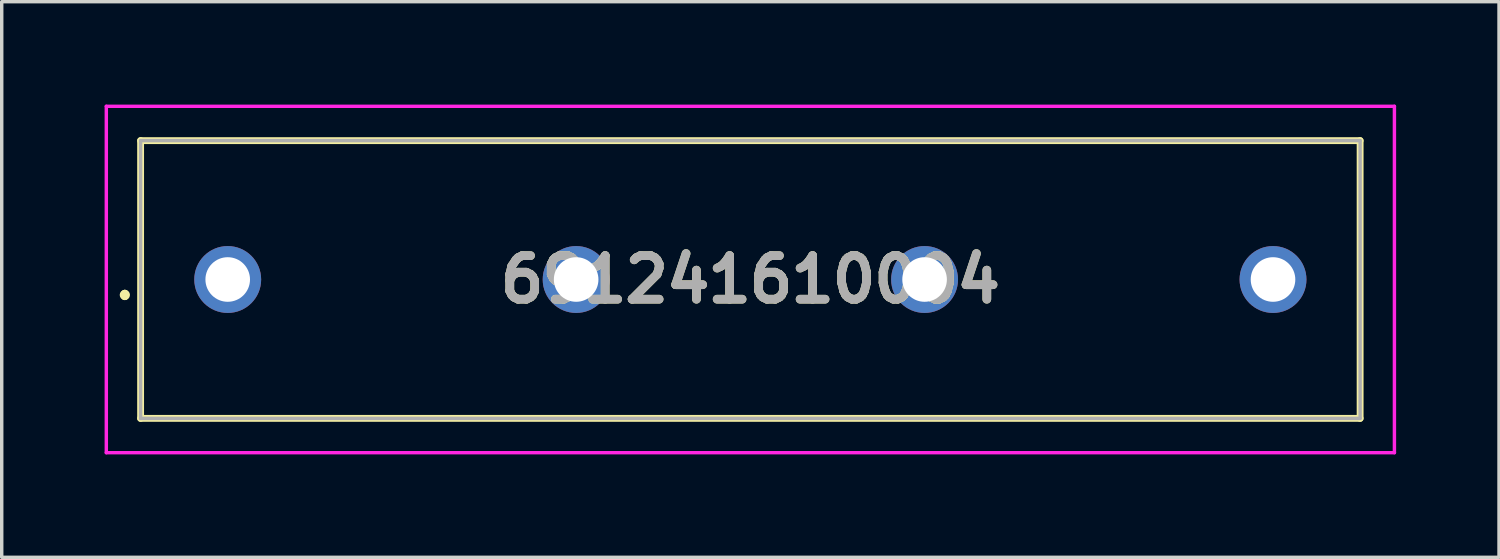
<source format=kicad_pcb>
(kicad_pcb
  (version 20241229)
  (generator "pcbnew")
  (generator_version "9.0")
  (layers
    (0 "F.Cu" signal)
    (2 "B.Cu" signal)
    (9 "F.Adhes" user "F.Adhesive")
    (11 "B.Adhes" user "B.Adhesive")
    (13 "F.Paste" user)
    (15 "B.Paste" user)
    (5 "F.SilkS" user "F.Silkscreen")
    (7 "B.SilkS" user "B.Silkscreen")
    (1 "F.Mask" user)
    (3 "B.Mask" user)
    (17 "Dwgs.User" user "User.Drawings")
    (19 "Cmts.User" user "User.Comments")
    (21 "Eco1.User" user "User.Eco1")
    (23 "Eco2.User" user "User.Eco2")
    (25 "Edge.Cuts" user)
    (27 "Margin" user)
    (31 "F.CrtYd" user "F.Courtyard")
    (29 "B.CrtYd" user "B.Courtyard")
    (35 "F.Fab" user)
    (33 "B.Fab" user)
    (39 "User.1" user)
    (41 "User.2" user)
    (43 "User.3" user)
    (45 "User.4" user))
  (footprint "691241610004"
    (layer "F.Cu")
    (at 3.59 5.1)
    (property "Reference" "691241610004" (at 15.24 0 0) (layer "F.SilkS") (effects (font (size 1.27 1.27) (thickness 0.254))))
    (attr through_hole)
    (fp_line (start -3 0.4) (end -3 0.4) (stroke (width 0.2) (type solid)) (layer "F.SilkS"))
    (fp_line (start -3 0.5) (end -3 0.5) (stroke (width 0.2) (type solid)) (layer "F.SilkS"))
    (fp_line (start -2.54 -4.05) (end 33.02 -4.05) (stroke (width 0.2) (type solid)) (layer "F.SilkS"))
    (fp_line (start -2.54 4.05) (end -2.54 -4.05) (stroke (width 0.2) (type solid)) (layer "F.SilkS"))
    (fp_line (start 33.02 -4.05) (end 33.02 4.05) (stroke (width 0.2) (type solid)) (layer "F.SilkS"))
    (fp_line (start 33.02 4.05) (end -2.54 4.05) (stroke (width 0.2) (type solid)) (layer "F.SilkS"))
    (fp_arc (start -3 0.4) (mid -2.95 0.45) (end -3 0.5) (stroke (width 0.2) (type solid)) (layer "F.SilkS"))
    (fp_arc (start -3 0.5) (mid -3.05 0.45) (end -3 0.4) (stroke (width 0.2) (type solid)) (layer "F.SilkS"))
    (fp_line (start -3.54 -5.05) (end 34.02 -5.05) (stroke (width 0.1) (type solid)) (layer "F.CrtYd"))
    (fp_line (start -3.54 5.05) (end -3.54 -5.05) (stroke (width 0.1) (type solid)) (layer "F.CrtYd"))
    (fp_line (start 34.02 -5.05) (end 34.02 5.05) (stroke (width 0.1) (type solid)) (layer "F.CrtYd"))
    (fp_line (start 34.02 5.05) (end -3.54 5.05) (stroke (width 0.1) (type solid)) (layer "F.CrtYd"))
    (fp_line (start -2.54 -4.05) (end 33.02 -4.05) (stroke (width 0.1) (type solid)) (layer "F.Fab"))
    (fp_line (start -2.54 4.05) (end -2.54 -4.05) (stroke (width 0.1) (type solid)) (layer "F.Fab"))
    (fp_line (start 33.02 -4.05) (end 33.02 4.05) (stroke (width 0.1) (type solid)) (layer "F.Fab"))
    (fp_line (start 33.02 4.05) (end -2.54 4.05) (stroke (width 0.1) (type solid)) (layer "F.Fab"))
    (fp_text user "${REFERENCE}" (at 15.24 0 0) (layer "F.Fab") (effects (font (size 1.27 1.27) (thickness 0.254))))
    (pad "1" thru_hole circle (at 0 0) (size 1.95 1.95) (drill 1.3) (layers "*.Cu" "*.Mask"))
    (pad "2" thru_hole circle (at 10.16 0) (size 1.95 1.95) (drill 1.3) (layers "*.Cu" "*.Mask"))
    (pad "3" thru_hole circle (at 20.32 0) (size 1.95 1.95) (drill 1.3) (layers "*.Cu" "*.Mask"))
    (pad "4" thru_hole circle (at 30.48 0) (size 1.95 1.95) (drill 1.3) (layers "*.Cu" "*.Mask")))
  (gr_rect
    (start -3 -3)
    (end 40.66 13.2)
    (stroke (width 0.1) (type default))
    (fill no)
    (layer "Edge.Cuts")))
</source>
